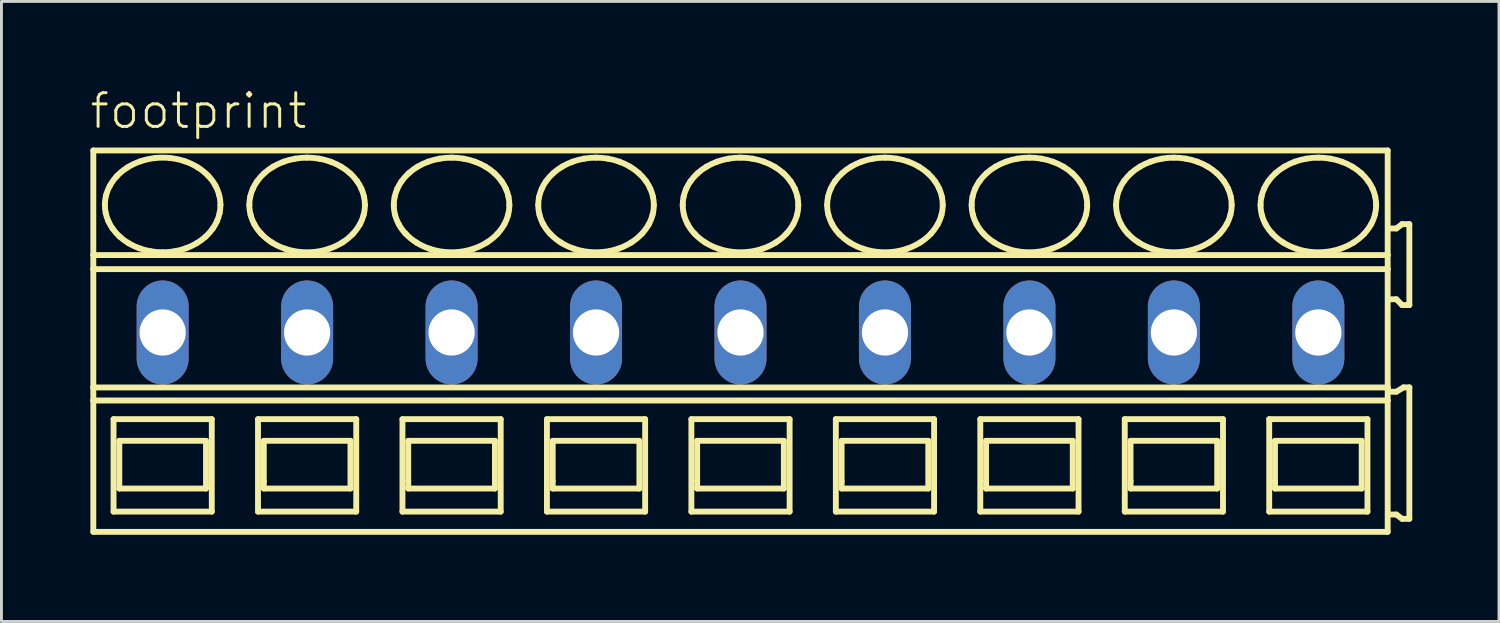
<source format=kicad_pcb>
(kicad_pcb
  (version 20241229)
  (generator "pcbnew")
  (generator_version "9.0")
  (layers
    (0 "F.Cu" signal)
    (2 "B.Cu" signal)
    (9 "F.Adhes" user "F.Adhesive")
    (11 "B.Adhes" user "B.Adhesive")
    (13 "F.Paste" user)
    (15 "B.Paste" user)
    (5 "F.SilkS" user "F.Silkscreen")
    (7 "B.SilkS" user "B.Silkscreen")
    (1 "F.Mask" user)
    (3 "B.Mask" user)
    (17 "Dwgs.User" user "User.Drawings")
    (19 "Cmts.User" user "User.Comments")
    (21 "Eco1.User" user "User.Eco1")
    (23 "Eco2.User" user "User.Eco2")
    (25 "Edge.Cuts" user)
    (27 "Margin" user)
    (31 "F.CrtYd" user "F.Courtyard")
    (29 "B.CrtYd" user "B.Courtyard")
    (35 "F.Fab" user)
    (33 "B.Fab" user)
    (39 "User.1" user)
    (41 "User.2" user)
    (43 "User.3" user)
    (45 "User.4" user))
  (footprint "footprint"
    (layer "F.Cu")
    (at 5.08 8.458)
    (property "Reference" "footprint" (at -5.08 -6.985 0) (layer "F.SilkS") (effects (font (size 1.168 1.168) (thickness 0.102)) (justify left bottom)))
    (fp_line (start -4.9 -6.3) (end -4.9 -2.679) (stroke (width 0.203) (type solid)) (layer "F.SilkS"))
    (fp_line (start -4.9 -2.679) (end -4.9 -2.192) (stroke (width 0.203) (type solid)) (layer "F.SilkS"))
    (fp_line (start -4.9 -2.192) (end -4.9 1.902) (stroke (width 0.203) (type solid)) (layer "F.SilkS"))
    (fp_line (start -4.9 1.902) (end -4.9 2.354) (stroke (width 0.203) (type solid)) (layer "F.SilkS"))
    (fp_line (start -4.9 2.354) (end -4.9 6.9) (stroke (width 0.203) (type solid)) (layer "F.SilkS"))
    (fp_line (start -4.9 6.9) (end 39.9 6.9) (stroke (width 0.203) (type solid)) (layer "F.SilkS"))
    (fp_line (start -4.2 3) (end -4.2 6.2) (stroke (width 0.203) (type solid)) (layer "F.SilkS"))
    (fp_line (start -4.2 6.2) (end -0.8 6.2) (stroke (width 0.203) (type solid)) (layer "F.SilkS"))
    (fp_line (start -4 3.75) (end -4 5.4) (stroke (width 0.203) (type solid)) (layer "F.SilkS"))
    (fp_line (start -4 5.4) (end -1 5.4) (stroke (width 0.203) (type solid)) (layer "F.SilkS"))
    (fp_line (start -1 3.75) (end -4 3.75) (stroke (width 0.203) (type solid)) (layer "F.SilkS"))
    (fp_line (start -1 5.4) (end -1 3.75) (stroke (width 0.203) (type solid)) (layer "F.SilkS"))
    (fp_line (start -0.8 3) (end -4.2 3) (stroke (width 0.203) (type solid)) (layer "F.SilkS"))
    (fp_line (start -0.8 6.2) (end -0.8 3) (stroke (width 0.203) (type solid)) (layer "F.SilkS"))
    (fp_line (start 0.8 3) (end 0.8 6.2) (stroke (width 0.203) (type solid)) (layer "F.SilkS"))
    (fp_line (start 0.8 6.2) (end 4.2 6.2) (stroke (width 0.203) (type solid)) (layer "F.SilkS"))
    (fp_line (start 1 3.75) (end 1 5.15) (stroke (width 0.203) (type solid)) (layer "F.SilkS"))
    (fp_line (start 1 5.15) (end 1 5.4) (stroke (width 0.203) (type solid)) (layer "F.SilkS"))
    (fp_line (start 1 5.4) (end 4 5.4) (stroke (width 0.203) (type solid)) (layer "F.SilkS"))
    (fp_line (start 4 3.75) (end 1 3.75) (stroke (width 0.203) (type solid)) (layer "F.SilkS"))
    (fp_line (start 4 5.4) (end 4 3.75) (stroke (width 0.203) (type solid)) (layer "F.SilkS"))
    (fp_line (start 4.2 3) (end 0.8 3) (stroke (width 0.203) (type solid)) (layer "F.SilkS"))
    (fp_line (start 4.2 6.2) (end 4.2 3) (stroke (width 0.203) (type solid)) (layer "F.SilkS"))
    (fp_line (start 5.8 3) (end 5.8 6.2) (stroke (width 0.203) (type solid)) (layer "F.SilkS"))
    (fp_line (start 5.8 6.2) (end 9.2 6.2) (stroke (width 0.203) (type solid)) (layer "F.SilkS"))
    (fp_line (start 6 3.75) (end 6 5.15) (stroke (width 0.203) (type solid)) (layer "F.SilkS"))
    (fp_line (start 6 5.15) (end 6 5.4) (stroke (width 0.203) (type solid)) (layer "F.SilkS"))
    (fp_line (start 6 5.4) (end 9 5.4) (stroke (width 0.203) (type solid)) (layer "F.SilkS"))
    (fp_line (start 9 3.75) (end 6 3.75) (stroke (width 0.203) (type solid)) (layer "F.SilkS"))
    (fp_line (start 9 5.4) (end 9 3.75) (stroke (width 0.203) (type solid)) (layer "F.SilkS"))
    (fp_line (start 9.2 3) (end 5.8 3) (stroke (width 0.203) (type solid)) (layer "F.SilkS"))
    (fp_line (start 9.2 6.2) (end 9.2 3) (stroke (width 0.203) (type solid)) (layer "F.SilkS"))
    (fp_line (start 10.8 3) (end 10.8 6.2) (stroke (width 0.203) (type solid)) (layer "F.SilkS"))
    (fp_line (start 10.8 6.2) (end 14.2 6.2) (stroke (width 0.203) (type solid)) (layer "F.SilkS"))
    (fp_line (start 11 3.75) (end 11 5.15) (stroke (width 0.203) (type solid)) (layer "F.SilkS"))
    (fp_line (start 11 5.15) (end 11 5.4) (stroke (width 0.203) (type solid)) (layer "F.SilkS"))
    (fp_line (start 11 5.4) (end 14 5.4) (stroke (width 0.203) (type solid)) (layer "F.SilkS"))
    (fp_line (start 14 3.75) (end 11 3.75) (stroke (width 0.203) (type solid)) (layer "F.SilkS"))
    (fp_line (start 14 5.4) (end 14 3.75) (stroke (width 0.203) (type solid)) (layer "F.SilkS"))
    (fp_line (start 14.2 3) (end 10.8 3) (stroke (width 0.203) (type solid)) (layer "F.SilkS"))
    (fp_line (start 14.2 6.2) (end 14.2 3) (stroke (width 0.203) (type solid)) (layer "F.SilkS"))
    (fp_line (start 15.8 3) (end 15.8 6.2) (stroke (width 0.203) (type solid)) (layer "F.SilkS"))
    (fp_line (start 15.8 6.2) (end 19.2 6.2) (stroke (width 0.203) (type solid)) (layer "F.SilkS"))
    (fp_line (start 16 3.75) (end 16 5.15) (stroke (width 0.203) (type solid)) (layer "F.SilkS"))
    (fp_line (start 16 5.15) (end 16 5.4) (stroke (width 0.203) (type solid)) (layer "F.SilkS"))
    (fp_line (start 16 5.4) (end 19 5.4) (stroke (width 0.203) (type solid)) (layer "F.SilkS"))
    (fp_line (start 19 3.75) (end 16 3.75) (stroke (width 0.203) (type solid)) (layer "F.SilkS"))
    (fp_line (start 19 5.4) (end 19 3.75) (stroke (width 0.203) (type solid)) (layer "F.SilkS"))
    (fp_line (start 19.2 3) (end 15.8 3) (stroke (width 0.203) (type solid)) (layer "F.SilkS"))
    (fp_line (start 19.2 6.2) (end 19.2 3) (stroke (width 0.203) (type solid)) (layer "F.SilkS"))
    (fp_line (start 20.8 3) (end 20.8 6.2) (stroke (width 0.203) (type solid)) (layer "F.SilkS"))
    (fp_line (start 20.8 6.2) (end 24.2 6.2) (stroke (width 0.203) (type solid)) (layer "F.SilkS"))
    (fp_line (start 21 3.75) (end 21 5.15) (stroke (width 0.203) (type solid)) (layer "F.SilkS"))
    (fp_line (start 21 5.15) (end 21 5.4) (stroke (width 0.203) (type solid)) (layer "F.SilkS"))
    (fp_line (start 21 5.4) (end 24 5.4) (stroke (width 0.203) (type solid)) (layer "F.SilkS"))
    (fp_line (start 24 3.75) (end 21 3.75) (stroke (width 0.203) (type solid)) (layer "F.SilkS"))
    (fp_line (start 24 5.4) (end 24 3.75) (stroke (width 0.203) (type solid)) (layer "F.SilkS"))
    (fp_line (start 24.2 3) (end 20.8 3) (stroke (width 0.203) (type solid)) (layer "F.SilkS"))
    (fp_line (start 24.2 6.2) (end 24.2 3) (stroke (width 0.203) (type solid)) (layer "F.SilkS"))
    (fp_line (start 25.8 3) (end 25.8 6.2) (stroke (width 0.203) (type solid)) (layer "F.SilkS"))
    (fp_line (start 25.8 6.2) (end 29.2 6.2) (stroke (width 0.203) (type solid)) (layer "F.SilkS"))
    (fp_line (start 26 3.75) (end 26 5.15) (stroke (width 0.203) (type solid)) (layer "F.SilkS"))
    (fp_line (start 26 5.15) (end 26 5.4) (stroke (width 0.203) (type solid)) (layer "F.SilkS"))
    (fp_line (start 26 5.4) (end 29 5.4) (stroke (width 0.203) (type solid)) (layer "F.SilkS"))
    (fp_line (start 29 3.75) (end 26 3.75) (stroke (width 0.203) (type solid)) (layer "F.SilkS"))
    (fp_line (start 29 5.4) (end 29 3.75) (stroke (width 0.203) (type solid)) (layer "F.SilkS"))
    (fp_line (start 29.2 3) (end 25.8 3) (stroke (width 0.203) (type solid)) (layer "F.SilkS"))
    (fp_line (start 29.2 6.2) (end 29.2 3) (stroke (width 0.203) (type solid)) (layer "F.SilkS"))
    (fp_line (start 30.8 3) (end 30.8 6.2) (stroke (width 0.203) (type solid)) (layer "F.SilkS"))
    (fp_line (start 30.8 6.2) (end 34.2 6.2) (stroke (width 0.203) (type solid)) (layer "F.SilkS"))
    (fp_line (start 31 3.75) (end 31 5.15) (stroke (width 0.203) (type solid)) (layer "F.SilkS"))
    (fp_line (start 31 5.15) (end 31 5.4) (stroke (width 0.203) (type solid)) (layer "F.SilkS"))
    (fp_line (start 31 5.4) (end 34 5.4) (stroke (width 0.203) (type solid)) (layer "F.SilkS"))
    (fp_line (start 34 3.75) (end 31 3.75) (stroke (width 0.203) (type solid)) (layer "F.SilkS"))
    (fp_line (start 34 5.4) (end 34 3.75) (stroke (width 0.203) (type solid)) (layer "F.SilkS"))
    (fp_line (start 34.2 3) (end 30.8 3) (stroke (width 0.203) (type solid)) (layer "F.SilkS"))
    (fp_line (start 34.2 6.2) (end 34.2 3) (stroke (width 0.203) (type solid)) (layer "F.SilkS"))
    (fp_line (start 35.8 3) (end 35.8 6.2) (stroke (width 0.203) (type solid)) (layer "F.SilkS"))
    (fp_line (start 35.8 6.2) (end 39.2 6.2) (stroke (width 0.203) (type solid)) (layer "F.SilkS"))
    (fp_line (start 36 3.75) (end 36 5.15) (stroke (width 0.203) (type solid)) (layer "F.SilkS"))
    (fp_line (start 36 5.15) (end 36 5.4) (stroke (width 0.203) (type solid)) (layer "F.SilkS"))
    (fp_line (start 36 5.4) (end 39 5.4) (stroke (width 0.203) (type solid)) (layer "F.SilkS"))
    (fp_line (start 39 3.75) (end 36 3.75) (stroke (width 0.203) (type solid)) (layer "F.SilkS"))
    (fp_line (start 39 5.4) (end 39 3.75) (stroke (width 0.203) (type solid)) (layer "F.SilkS"))
    (fp_line (start 39.2 3) (end 35.8 3) (stroke (width 0.203) (type solid)) (layer "F.SilkS"))
    (fp_line (start 39.2 6.2) (end 39.2 3) (stroke (width 0.203) (type solid)) (layer "F.SilkS"))
    (fp_line (start 39.9 -6.3) (end -4.9 -6.3) (stroke (width 0.203) (type solid)) (layer "F.SilkS"))
    (fp_line (start 39.9 -2.679) (end -4.9 -2.679) (stroke (width 0.203) (type solid)) (layer "F.SilkS"))
    (fp_line (start 39.9 -2.679) (end 39.9 -6.3) (stroke (width 0.203) (type solid)) (layer "F.SilkS"))
    (fp_line (start 39.9 -2.192) (end -4.9 -2.192) (stroke (width 0.203) (type solid)) (layer "F.SilkS"))
    (fp_line (start 39.9 -2.192) (end 39.9 -2.679) (stroke (width 0.203) (type solid)) (layer "F.SilkS"))
    (fp_line (start 39.9 1.902) (end -4.9 1.902) (stroke (width 0.203) (type solid)) (layer "F.SilkS"))
    (fp_line (start 39.9 1.902) (end 39.9 -2.192) (stroke (width 0.203) (type solid)) (layer "F.SilkS"))
    (fp_line (start 39.9 2.354) (end -4.9 2.354) (stroke (width 0.203) (type solid)) (layer "F.SilkS"))
    (fp_line (start 39.9 2.354) (end 39.9 1.902) (stroke (width 0.203) (type solid)) (layer "F.SilkS"))
    (fp_line (start 39.9 6.9) (end 39.9 2.354) (stroke (width 0.203) (type solid)) (layer "F.SilkS"))
    (fp_line (start 40 -1.15) (end 40.2 -1.15) (stroke (width 0.203) (type solid)) (layer "F.SilkS"))
    (fp_line (start 40 6.3) (end 40.2 6.3) (stroke (width 0.203) (type solid)) (layer "F.SilkS"))
    (fp_line (start 40.2 -3.6) (end 40 -3.6) (stroke (width 0.203) (type solid)) (layer "F.SilkS"))
    (fp_line (start 40.2 -1.15) (end 40.4 -0.95) (stroke (width 0.203) (type solid)) (layer "F.SilkS"))
    (fp_line (start 40.2 2.05) (end 40 2.05) (stroke (width 0.203) (type solid)) (layer "F.SilkS"))
    (fp_line (start 40.2 6.3) (end 40.4 6.45) (stroke (width 0.203) (type solid)) (layer "F.SilkS"))
    (fp_line (start 40.4 -3.75) (end 40.2 -3.6) (stroke (width 0.203) (type solid)) (layer "F.SilkS"))
    (fp_line (start 40.4 -0.95) (end 40.65 -0.95) (stroke (width 0.203) (type solid)) (layer "F.SilkS"))
    (fp_line (start 40.4 6.45) (end 40.65 6.45) (stroke (width 0.203) (type solid)) (layer "F.SilkS"))
    (fp_line (start 40.45 1.9) (end 40.2 2.05) (stroke (width 0.203) (type solid)) (layer "F.SilkS"))
    (fp_line (start 40.65 -3.75) (end 40.4 -3.75) (stroke (width 0.203) (type solid)) (layer "F.SilkS"))
    (fp_line (start 40.65 -0.95) (end 40.65 -3.75) (stroke (width 0.203) (type solid)) (layer "F.SilkS"))
    (fp_line (start 40.65 1.9) (end 40.45 1.9) (stroke (width 0.203) (type solid)) (layer "F.SilkS"))
    (fp_line (start 40.65 6.45) (end 40.65 1.9) (stroke (width 0.203) (type solid)) (layer "F.SilkS"))
    (fp_arc (start -4.5 -4.4136) (mid -4.488905 -4.585389) (end -4.4562 -4.7544) (stroke (width 0.2032) (type solid)) (layer "F.SilkS"))
    (fp_arc (start -4.4695 -4.1287) (mid -4.492308 -4.270341) (end -4.5 -4.4136) (stroke (width 0.2032) (type solid)) (layer "F.SilkS"))
    (fp_arc (start -4.4562 -4.7544) (mid -4.401558 -4.920839) (end -4.3273 -5.0795) (stroke (width 0.2032) (type solid)) (layer "F.SilkS"))
    (fp_arc (start -4.3795 -3.8536) (mid -4.431599 -3.988827) (end -4.4695 -4.1287) (stroke (width 0.2032) (type solid)) (layer "F.SilkS"))
    (fp_arc (start -4.3274 -5.0795) (mid -4.216217 -5.252167) (end -4.0864 -5.4113) (stroke (width 0.2032) (type solid)) (layer "F.SilkS"))
    (fp_arc (start -4.232 -3.5945) (mid -4.312155 -3.720404) (end -4.3795 -3.8536) (stroke (width 0.2032) (type solid)) (layer "F.SilkS"))
    (fp_arc (start -4.0864 -5.4113) (mid -3.911717 -5.573771) (end -3.718 -5.713) (stroke (width 0.2032) (type solid)) (layer "F.SilkS"))
    (fp_arc (start -3.9861 -3.3171) (mid -4.116737 -3.448975) (end -4.2321 -3.5944) (stroke (width 0.2032) (type solid)) (layer "F.SilkS"))
    (fp_arc (start -3.718 -5.713) (mid -3.497651 -5.83326) (end -3.2649 -5.9273) (stroke (width 0.2032) (type solid)) (layer "F.SilkS"))
    (fp_arc (start -3.676 -3.0884) (mid -3.836846 -3.194891) (end -3.9861 -3.3171) (stroke (width 0.2032) (type solid)) (layer "F.SilkS"))
    (fp_arc (start -3.313 -2.9167) (mid -3.498551 -2.993985) (end -3.676 -3.0884) (stroke (width 0.2032) (type solid)) (layer "F.SilkS"))
    (fp_arc (start -3.2649 -5.9273) (mid -3.016253 -5.996227) (end -2.7616 -6.0378) (stroke (width 0.2032) (type solid)) (layer "F.SilkS"))
    (fp_arc (start -2.9161 -2.8111) (mid -3.116893 -2.855096) (end -3.313 -2.9167) (stroke (width 0.2032) (type solid)) (layer "F.SilkS"))
    (fp_arc (start -2.7616 -6.0378) (mid -2.5 -6.051841) (end -2.2384 -6.0378) (stroke (width 0.2032) (type solid)) (layer "F.SilkS"))
    (fp_arc (start -2.5 -2.7752) (mid -2.708826 -2.784159) (end -2.9161 -2.8111) (stroke (width 0.2032) (type solid)) (layer "F.SilkS"))
    (fp_arc (start -2.2384 -6.0378) (mid -1.983714 -5.996379) (end -1.7351 -5.9273) (stroke (width 0.2032) (type solid)) (layer "F.SilkS"))
    (fp_arc (start -2.0839 -2.8111) (mid -2.291182 -2.784277) (end -2.5 -2.7753) (stroke (width 0.2032) (type solid)) (layer "F.SilkS"))
    (fp_arc (start -1.7351 -5.9273) (mid -1.502222 -5.83353) (end -1.282 -5.713) (stroke (width 0.2032) (type solid)) (layer "F.SilkS"))
    (fp_arc (start -1.687 -2.9167) (mid -1.883129 -2.855175) (end -2.0839 -2.8111) (stroke (width 0.2032) (type solid)) (layer "F.SilkS"))
    (fp_arc (start -1.324 -3.0884) (mid -1.501514 -2.994123) (end -1.687 -2.9167) (stroke (width 0.2032) (type solid)) (layer "F.SilkS"))
    (fp_arc (start -1.282 -5.713) (mid -1.088036 -5.574073) (end -0.9136 -5.4113) (stroke (width 0.2032) (type solid)) (layer "F.SilkS"))
    (fp_arc (start -1.0139 -3.3171) (mid -1.163276 -3.195057) (end -1.324 -3.0884) (stroke (width 0.2032) (type solid)) (layer "F.SilkS"))
    (fp_arc (start -0.9137 -5.4112) (mid -0.781313 -5.253987) (end -0.6727 -5.0795) (stroke (width 0.2032) (type solid)) (layer "F.SilkS"))
    (fp_arc (start -0.7679 -3.5944) (mid -0.88339 -3.449088) (end -1.0139 -3.3171) (stroke (width 0.2032) (type solid)) (layer "F.SilkS"))
    (fp_arc (start -0.6727 -5.0795) (mid -0.598286 -4.920901) (end -0.5438 -4.7544) (stroke (width 0.2032) (type solid)) (layer "F.SilkS"))
    (fp_arc (start -0.6204 -3.8536) (mid -0.687861 -3.720421) (end -0.7679 -3.5944) (stroke (width 0.2032) (type solid)) (layer "F.SilkS"))
    (fp_arc (start -0.5438 -4.7544) (mid -0.511083 -4.58539) (end -0.5 -4.4136) (stroke (width 0.2032) (type solid)) (layer "F.SilkS"))
    (fp_arc (start -0.5305 -4.1287) (mid -0.568473 -3.988851) (end -0.6205 -3.8536) (stroke (width 0.2032) (type solid)) (layer "F.SilkS"))
    (fp_arc (start -0.5001 -4.4136) (mid -0.507739 -4.270343) (end -0.5305 -4.1287) (stroke (width 0.2032) (type solid)) (layer "F.SilkS"))
    (fp_arc (start 0.5 -4.4136) (mid 0.507693 -4.556809) (end 0.5305 -4.6984) (stroke (width 0.2032) (type solid)) (layer "F.SilkS"))
    (fp_arc (start 0.5305 -4.6984) (mid 0.568467 -4.8383) (end 0.6205 -4.9736) (stroke (width 0.2032) (type solid)) (layer "F.SilkS"))
    (fp_arc (start 0.5438 -4.0727) (mid 0.511073 -4.241759) (end 0.5 -4.4136) (stroke (width 0.2032) (type solid)) (layer "F.SilkS"))
    (fp_arc (start 0.6204 -4.9736) (mid 0.687866 -5.106728) (end 0.7679 -5.2327) (stroke (width 0.2032) (type solid)) (layer "F.SilkS"))
    (fp_arc (start 0.6727 -3.7476) (mid 0.598289 -3.9062) (end 0.5438 -4.0727) (stroke (width 0.2032) (type solid)) (layer "F.SilkS"))
    (fp_arc (start 0.7679 -5.2327) (mid 0.883386 -5.378016) (end 1.0139 -5.51) (stroke (width 0.2032) (type solid)) (layer "F.SilkS"))
    (fp_arc (start 0.9136 -3.4159) (mid 0.781267 -3.57312) (end 0.6727 -3.7476) (stroke (width 0.2032) (type solid)) (layer "F.SilkS"))
    (fp_arc (start 1.0139 -5.51) (mid 1.163277 -5.632042) (end 1.324 -5.7387) (stroke (width 0.2032) (type solid)) (layer "F.SilkS"))
    (fp_arc (start 1.282 -3.1141) (mid 1.088032 -3.253077) (end 0.9136 -3.4159) (stroke (width 0.2032) (type solid)) (layer "F.SilkS"))
    (fp_arc (start 1.324 -5.7387) (mid 1.501514 -5.832977) (end 1.687 -5.9104) (stroke (width 0.2032) (type solid)) (layer "F.SilkS"))
    (fp_arc (start 1.687 -5.9104) (mid 1.883129 -5.971925) (end 2.0839 -6.016) (stroke (width 0.2032) (type solid)) (layer "F.SilkS"))
    (fp_arc (start 1.7351 -2.8998) (mid 1.502222 -2.993571) (end 1.282 -3.1141) (stroke (width 0.2032) (type solid)) (layer "F.SilkS"))
    (fp_arc (start 2.0839 -6.0161) (mid 2.291183 -6.042919) (end 2.5 -6.0519) (stroke (width 0.2032) (type solid)) (layer "F.SilkS"))
    (fp_arc (start 2.2384 -2.7893) (mid 1.983714 -2.830721) (end 1.7351 -2.8998) (stroke (width 0.2032) (type solid)) (layer "F.SilkS"))
    (fp_arc (start 2.5 -6.0519) (mid 2.708826 -6.042941) (end 2.9161 -6.016) (stroke (width 0.2032) (type solid)) (layer "F.SilkS"))
    (fp_arc (start 2.7616 -2.7893) (mid 2.5 -2.775259) (end 2.2384 -2.7893) (stroke (width 0.2032) (type solid)) (layer "F.SilkS"))
    (fp_arc (start 2.9161 -6.016) (mid 3.116893 -5.972004) (end 3.313 -5.9104) (stroke (width 0.2032) (type solid)) (layer "F.SilkS"))
    (fp_arc (start 3.2649 -2.8998) (mid 3.016253 -2.830873) (end 2.7616 -2.7893) (stroke (width 0.2032) (type solid)) (layer "F.SilkS"))
    (fp_arc (start 3.313 -5.9104) (mid 3.498552 -5.833116) (end 3.676 -5.7387) (stroke (width 0.2032) (type solid)) (layer "F.SilkS"))
    (fp_arc (start 3.676 -5.7387) (mid 3.836846 -5.632209) (end 3.9861 -5.51) (stroke (width 0.2032) (type solid)) (layer "F.SilkS"))
    (fp_arc (start 3.718 -3.1141) (mid 3.497651 -2.993839) (end 3.2649 -2.8998) (stroke (width 0.2032) (type solid)) (layer "F.SilkS"))
    (fp_arc (start 3.9861 -5.51) (mid 4.116738 -5.378126) (end 4.2321 -5.2327) (stroke (width 0.2032) (type solid)) (layer "F.SilkS"))
    (fp_arc (start 4.0864 -3.4159) (mid 3.911721 -3.253378) (end 3.718 -3.1141) (stroke (width 0.2032) (type solid)) (layer "F.SilkS"))
    (fp_arc (start 4.2321 -5.2327) (mid 4.312204 -5.106793) (end 4.3795 -4.9736) (stroke (width 0.2032) (type solid)) (layer "F.SilkS"))
    (fp_arc (start 4.3273 -3.7476) (mid 4.216161 -3.574988) (end 4.0864 -3.4159) (stroke (width 0.2032) (type solid)) (layer "F.SilkS"))
    (fp_arc (start 4.3795 -4.9736) (mid 4.431605 -4.838324) (end 4.4695 -4.6984) (stroke (width 0.2032) (type solid)) (layer "F.SilkS"))
    (fp_arc (start 4.4562 -4.0727) (mid 4.401557 -3.906262) (end 4.3273 -3.7476) (stroke (width 0.2032) (type solid)) (layer "F.SilkS"))
    (fp_arc (start 4.4695 -4.6984) (mid 4.4923 -4.556809) (end 4.5 -4.4136) (stroke (width 0.2032) (type solid)) (layer "F.SilkS"))
    (fp_arc (start 4.5 -4.4136) (mid 4.488914 -4.241761) (end 4.4562 -4.0727) (stroke (width 0.2032) (type solid)) (layer "F.SilkS"))
    (fp_arc (start 5.5 -4.4136) (mid 5.507693 -4.556809) (end 5.5305 -4.6984) (stroke (width 0.2032) (type solid)) (layer "F.SilkS"))
    (fp_arc (start 5.5305 -4.6984) (mid 5.568467 -4.8383) (end 5.6205 -4.9736) (stroke (width 0.2032) (type solid)) (layer "F.SilkS"))
    (fp_arc (start 5.5438 -4.0727) (mid 5.511073 -4.241759) (end 5.5 -4.4136) (stroke (width 0.2032) (type solid)) (layer "F.SilkS"))
    (fp_arc (start 5.6204 -4.9736) (mid 5.687866 -5.106728) (end 5.7679 -5.2327) (stroke (width 0.2032) (type solid)) (layer "F.SilkS"))
    (fp_arc (start 5.6727 -3.7476) (mid 5.598289 -3.9062) (end 5.5438 -4.0727) (stroke (width 0.2032) (type solid)) (layer "F.SilkS"))
    (fp_arc (start 5.7679 -5.2327) (mid 5.883386 -5.378016) (end 6.0139 -5.51) (stroke (width 0.2032) (type solid)) (layer "F.SilkS"))
    (fp_arc (start 5.9136 -3.4159) (mid 5.781267 -3.57312) (end 5.6727 -3.7476) (stroke (width 0.2032) (type solid)) (layer "F.SilkS"))
    (fp_arc (start 6.0139 -5.51) (mid 6.163277 -5.632042) (end 6.324 -5.7387) (stroke (width 0.2032) (type solid)) (layer "F.SilkS"))
    (fp_arc (start 6.282 -3.1141) (mid 6.088032 -3.253077) (end 5.9136 -3.4159) (stroke (width 0.2032) (type solid)) (layer "F.SilkS"))
    (fp_arc (start 6.324 -5.7387) (mid 6.501514 -5.832977) (end 6.687 -5.9104) (stroke (width 0.2032) (type solid)) (layer "F.SilkS"))
    (fp_arc (start 6.687 -5.9104) (mid 6.883129 -5.971925) (end 7.0839 -6.016) (stroke (width 0.2032) (type solid)) (layer "F.SilkS"))
    (fp_arc (start 6.7351 -2.8998) (mid 6.502222 -2.993571) (end 6.282 -3.1141) (stroke (width 0.2032) (type solid)) (layer "F.SilkS"))
    (fp_arc (start 7.0839 -6.0161) (mid 7.291183 -6.042919) (end 7.5 -6.0519) (stroke (width 0.2032) (type solid)) (layer "F.SilkS"))
    (fp_arc (start 7.2384 -2.7893) (mid 6.983714 -2.830721) (end 6.7351 -2.8998) (stroke (width 0.2032) (type solid)) (layer "F.SilkS"))
    (fp_arc (start 7.5 -6.0519) (mid 7.708826 -6.042941) (end 7.9161 -6.016) (stroke (width 0.2032) (type solid)) (layer "F.SilkS"))
    (fp_arc (start 7.7616 -2.7893) (mid 7.5 -2.775259) (end 7.2384 -2.7893) (stroke (width 0.2032) (type solid)) (layer "F.SilkS"))
    (fp_arc (start 7.9161 -6.016) (mid 8.116893 -5.972004) (end 8.313 -5.9104) (stroke (width 0.2032) (type solid)) (layer "F.SilkS"))
    (fp_arc (start 8.2649 -2.8998) (mid 8.016253 -2.830873) (end 7.7616 -2.7893) (stroke (width 0.2032) (type solid)) (layer "F.SilkS"))
    (fp_arc (start 8.313 -5.9104) (mid 8.498552 -5.833116) (end 8.676 -5.7387) (stroke (width 0.2032) (type solid)) (layer "F.SilkS"))
    (fp_arc (start 8.676 -5.7387) (mid 8.836846 -5.632209) (end 8.9861 -5.51) (stroke (width 0.2032) (type solid)) (layer "F.SilkS"))
    (fp_arc (start 8.718 -3.1141) (mid 8.497651 -2.993839) (end 8.2649 -2.8998) (stroke (width 0.2032) (type solid)) (layer "F.SilkS"))
    (fp_arc (start 8.9861 -5.51) (mid 9.116738 -5.378126) (end 9.2321 -5.2327) (stroke (width 0.2032) (type solid)) (layer "F.SilkS"))
    (fp_arc (start 9.0864 -3.4159) (mid 8.911721 -3.253378) (end 8.718 -3.1141) (stroke (width 0.2032) (type solid)) (layer "F.SilkS"))
    (fp_arc (start 9.2321 -5.2327) (mid 9.312204 -5.106793) (end 9.3795 -4.9736) (stroke (width 0.2032) (type solid)) (layer "F.SilkS"))
    (fp_arc (start 9.3273 -3.7476) (mid 9.216161 -3.574988) (end 9.0864 -3.4159) (stroke (width 0.2032) (type solid)) (layer "F.SilkS"))
    (fp_arc (start 9.3795 -4.9736) (mid 9.431605 -4.838324) (end 9.4695 -4.6984) (stroke (width 0.2032) (type solid)) (layer "F.SilkS"))
    (fp_arc (start 9.4562 -4.0727) (mid 9.401557 -3.906262) (end 9.3273 -3.7476) (stroke (width 0.2032) (type solid)) (layer "F.SilkS"))
    (fp_arc (start 9.4695 -4.6984) (mid 9.4923 -4.556809) (end 9.5 -4.4136) (stroke (width 0.2032) (type solid)) (layer "F.SilkS"))
    (fp_arc (start 9.5 -4.4136) (mid 9.488914 -4.241761) (end 9.4562 -4.0727) (stroke (width 0.2032) (type solid)) (layer "F.SilkS"))
    (fp_arc (start 10.5 -4.4136) (mid 10.507693 -4.556809) (end 10.5305 -4.6984) (stroke (width 0.2032) (type solid)) (layer "F.SilkS"))
    (fp_arc (start 10.5305 -4.6984) (mid 10.568467 -4.8383) (end 10.6205 -4.9736) (stroke (width 0.2032) (type solid)) (layer "F.SilkS"))
    (fp_arc (start 10.5438 -4.0727) (mid 10.511073 -4.241759) (end 10.5 -4.4136) (stroke (width 0.2032) (type solid)) (layer "F.SilkS"))
    (fp_arc (start 10.6204 -4.9736) (mid 10.687866 -5.106728) (end 10.7679 -5.2327) (stroke (width 0.2032) (type solid)) (layer "F.SilkS"))
    (fp_arc (start 10.6727 -3.7476) (mid 10.598289 -3.9062) (end 10.5438 -4.0727) (stroke (width 0.2032) (type solid)) (layer "F.SilkS"))
    (fp_arc (start 10.7679 -5.2327) (mid 10.883386 -5.378016) (end 11.0139 -5.51) (stroke (width 0.2032) (type solid)) (layer "F.SilkS"))
    (fp_arc (start 10.9136 -3.4159) (mid 10.781267 -3.57312) (end 10.6727 -3.7476) (stroke (width 0.2032) (type solid)) (layer "F.SilkS"))
    (fp_arc (start 11.0139 -5.51) (mid 11.163277 -5.632042) (end 11.324 -5.7387) (stroke (width 0.2032) (type solid)) (layer "F.SilkS"))
    (fp_arc (start 11.282 -3.1141) (mid 11.088032 -3.253077) (end 10.9136 -3.4159) (stroke (width 0.2032) (type solid)) (layer "F.SilkS"))
    (fp_arc (start 11.324 -5.7387) (mid 11.501514 -5.832977) (end 11.687 -5.9104) (stroke (width 0.2032) (type solid)) (layer "F.SilkS"))
    (fp_arc (start 11.687 -5.9104) (mid 11.883129 -5.971925) (end 12.0839 -6.016) (stroke (width 0.2032) (type solid)) (layer "F.SilkS"))
    (fp_arc (start 11.7351 -2.8998) (mid 11.502222 -2.993571) (end 11.282 -3.1141) (stroke (width 0.2032) (type solid)) (layer "F.SilkS"))
    (fp_arc (start 12.0839 -6.0161) (mid 12.291183 -6.042919) (end 12.5 -6.0519) (stroke (width 0.2032) (type solid)) (layer "F.SilkS"))
    (fp_arc (start 12.2384 -2.7893) (mid 11.983714 -2.830721) (end 11.7351 -2.8998) (stroke (width 0.2032) (type solid)) (layer "F.SilkS"))
    (fp_arc (start 12.5 -6.0519) (mid 12.708826 -6.042941) (end 12.9161 -6.016) (stroke (width 0.2032) (type solid)) (layer "F.SilkS"))
    (fp_arc (start 12.7616 -2.7893) (mid 12.5 -2.775259) (end 12.2384 -2.7893) (stroke (width 0.2032) (type solid)) (layer "F.SilkS"))
    (fp_arc (start 12.9161 -6.016) (mid 13.116893 -5.972004) (end 13.313 -5.9104) (stroke (width 0.2032) (type solid)) (layer "F.SilkS"))
    (fp_arc (start 13.2649 -2.8998) (mid 13.016253 -2.830873) (end 12.7616 -2.7893) (stroke (width 0.2032) (type solid)) (layer "F.SilkS"))
    (fp_arc (start 13.313 -5.9104) (mid 13.498552 -5.833116) (end 13.676 -5.7387) (stroke (width 0.2032) (type solid)) (layer "F.SilkS"))
    (fp_arc (start 13.676 -5.7387) (mid 13.836846 -5.632209) (end 13.9861 -5.51) (stroke (width 0.2032) (type solid)) (layer "F.SilkS"))
    (fp_arc (start 13.718 -3.1141) (mid 13.497651 -2.993839) (end 13.2649 -2.8998) (stroke (width 0.2032) (type solid)) (layer "F.SilkS"))
    (fp_arc (start 13.9861 -5.51) (mid 14.116738 -5.378126) (end 14.2321 -5.2327) (stroke (width 0.2032) (type solid)) (layer "F.SilkS"))
    (fp_arc (start 14.0864 -3.4159) (mid 13.911721 -3.253378) (end 13.718 -3.1141) (stroke (width 0.2032) (type solid)) (layer "F.SilkS"))
    (fp_arc (start 14.2321 -5.2327) (mid 14.312204 -5.106793) (end 14.3795 -4.9736) (stroke (width 0.2032) (type solid)) (layer "F.SilkS"))
    (fp_arc (start 14.3273 -3.7476) (mid 14.216161 -3.574988) (end 14.0864 -3.4159) (stroke (width 0.2032) (type solid)) (layer "F.SilkS"))
    (fp_arc (start 14.3795 -4.9736) (mid 14.431605 -4.838324) (end 14.4695 -4.6984) (stroke (width 0.2032) (type solid)) (layer "F.SilkS"))
    (fp_arc (start 14.4562 -4.0727) (mid 14.401557 -3.906262) (end 14.3273 -3.7476) (stroke (width 0.2032) (type solid)) (layer "F.SilkS"))
    (fp_arc (start 14.4695 -4.6984) (mid 14.4923 -4.556809) (end 14.5 -4.4136) (stroke (width 0.2032) (type solid)) (layer "F.SilkS"))
    (fp_arc (start 14.5 -4.4136) (mid 14.488914 -4.241761) (end 14.4562 -4.0727) (stroke (width 0.2032) (type solid)) (layer "F.SilkS"))
    (fp_arc (start 15.5 -4.4136) (mid 15.507693 -4.556809) (end 15.5305 -4.6984) (stroke (width 0.2032) (type solid)) (layer "F.SilkS"))
    (fp_arc (start 15.5305 -4.6984) (mid 15.568467 -4.8383) (end 15.6205 -4.9736) (stroke (width 0.2032) (type solid)) (layer "F.SilkS"))
    (fp_arc (start 15.5438 -4.0727) (mid 15.511073 -4.241759) (end 15.5 -4.4136) (stroke (width 0.2032) (type solid)) (layer "F.SilkS"))
    (fp_arc (start 15.6204 -4.9736) (mid 15.687866 -5.106728) (end 15.7679 -5.2327) (stroke (width 0.2032) (type solid)) (layer "F.SilkS"))
    (fp_arc (start 15.6727 -3.7476) (mid 15.598289 -3.9062) (end 15.5438 -4.0727) (stroke (width 0.2032) (type solid)) (layer "F.SilkS"))
    (fp_arc (start 15.7679 -5.2327) (mid 15.883386 -5.378016) (end 16.0139 -5.51) (stroke (width 0.2032) (type solid)) (layer "F.SilkS"))
    (fp_arc (start 15.9136 -3.4159) (mid 15.781267 -3.57312) (end 15.6727 -3.7476) (stroke (width 0.2032) (type solid)) (layer "F.SilkS"))
    (fp_arc (start 16.0139 -5.51) (mid 16.163277 -5.632042) (end 16.324 -5.7387) (stroke (width 0.2032) (type solid)) (layer "F.SilkS"))
    (fp_arc (start 16.282 -3.1141) (mid 16.088032 -3.253077) (end 15.9136 -3.4159) (stroke (width 0.2032) (type solid)) (layer "F.SilkS"))
    (fp_arc (start 16.324 -5.7387) (mid 16.501514 -5.832977) (end 16.687 -5.9104) (stroke (width 0.2032) (type solid)) (layer "F.SilkS"))
    (fp_arc (start 16.687 -5.9104) (mid 16.883129 -5.971925) (end 17.0839 -6.016) (stroke (width 0.2032) (type solid)) (layer "F.SilkS"))
    (fp_arc (start 16.7351 -2.8998) (mid 16.502222 -2.993571) (end 16.282 -3.1141) (stroke (width 0.2032) (type solid)) (layer "F.SilkS"))
    (fp_arc (start 17.0839 -6.0161) (mid 17.291183 -6.042919) (end 17.5 -6.0519) (stroke (width 0.2032) (type solid)) (layer "F.SilkS"))
    (fp_arc (start 17.2384 -2.7893) (mid 16.983714 -2.830721) (end 16.7351 -2.8998) (stroke (width 0.2032) (type solid)) (layer "F.SilkS"))
    (fp_arc (start 17.5 -6.0519) (mid 17.708826 -6.042941) (end 17.9161 -6.016) (stroke (width 0.2032) (type solid)) (layer "F.SilkS"))
    (fp_arc (start 17.7616 -2.7893) (mid 17.5 -2.775259) (end 17.2384 -2.7893) (stroke (width 0.2032) (type solid)) (layer "F.SilkS"))
    (fp_arc (start 17.9161 -6.016) (mid 18.116893 -5.972004) (end 18.313 -5.9104) (stroke (width 0.2032) (type solid)) (layer "F.SilkS"))
    (fp_arc (start 18.2649 -2.8998) (mid 18.016253 -2.830873) (end 17.7616 -2.7893) (stroke (width 0.2032) (type solid)) (layer "F.SilkS"))
    (fp_arc (start 18.313 -5.9104) (mid 18.498552 -5.833116) (end 18.676 -5.7387) (stroke (width 0.2032) (type solid)) (layer "F.SilkS"))
    (fp_arc (start 18.676 -5.7387) (mid 18.836846 -5.632209) (end 18.9861 -5.51) (stroke (width 0.2032) (type solid)) (layer "F.SilkS"))
    (fp_arc (start 18.718 -3.1141) (mid 18.497651 -2.993839) (end 18.2649 -2.8998) (stroke (width 0.2032) (type solid)) (layer "F.SilkS"))
    (fp_arc (start 18.9861 -5.51) (mid 19.116738 -5.378126) (end 19.2321 -5.2327) (stroke (width 0.2032) (type solid)) (layer "F.SilkS"))
    (fp_arc (start 19.0864 -3.4159) (mid 18.911721 -3.253378) (end 18.718 -3.1141) (stroke (width 0.2032) (type solid)) (layer "F.SilkS"))
    (fp_arc (start 19.2321 -5.2327) (mid 19.312204 -5.106793) (end 19.3795 -4.9736) (stroke (width 0.2032) (type solid)) (layer "F.SilkS"))
    (fp_arc (start 19.3273 -3.7476) (mid 19.216161 -3.574988) (end 19.0864 -3.4159) (stroke (width 0.2032) (type solid)) (layer "F.SilkS"))
    (fp_arc (start 19.3795 -4.9736) (mid 19.431605 -4.838324) (end 19.4695 -4.6984) (stroke (width 0.2032) (type solid)) (layer "F.SilkS"))
    (fp_arc (start 19.4562 -4.0727) (mid 19.401557 -3.906262) (end 19.3273 -3.7476) (stroke (width 0.2032) (type solid)) (layer "F.SilkS"))
    (fp_arc (start 19.4695 -4.6984) (mid 19.4923 -4.556809) (end 19.5 -4.4136) (stroke (width 0.2032) (type solid)) (layer "F.SilkS"))
    (fp_arc (start 19.5 -4.4136) (mid 19.488914 -4.241761) (end 19.4562 -4.0727) (stroke (width 0.2032) (type solid)) (layer "F.SilkS"))
    (fp_arc (start 20.5 -4.4136) (mid 20.507693 -4.556809) (end 20.5305 -4.6984) (stroke (width 0.2032) (type solid)) (layer "F.SilkS"))
    (fp_arc (start 20.5305 -4.6984) (mid 20.568467 -4.8383) (end 20.6205 -4.9736) (stroke (width 0.2032) (type solid)) (layer "F.SilkS"))
    (fp_arc (start 20.5438 -4.0727) (mid 20.511073 -4.241759) (end 20.5 -4.4136) (stroke (width 0.2032) (type solid)) (layer "F.SilkS"))
    (fp_arc (start 20.6204 -4.9736) (mid 20.687866 -5.106728) (end 20.7679 -5.2327) (stroke (width 0.2032) (type solid)) (layer "F.SilkS"))
    (fp_arc (start 20.6727 -3.7476) (mid 20.598289 -3.9062) (end 20.5438 -4.0727) (stroke (width 0.2032) (type solid)) (layer "F.SilkS"))
    (fp_arc (start 20.7679 -5.2327) (mid 20.883386 -5.378016) (end 21.0139 -5.51) (stroke (width 0.2032) (type solid)) (layer "F.SilkS"))
    (fp_arc (start 20.9136 -3.4159) (mid 20.781267 -3.57312) (end 20.6727 -3.7476) (stroke (width 0.2032) (type solid)) (layer "F.SilkS"))
    (fp_arc (start 21.0139 -5.51) (mid 21.163277 -5.632042) (end 21.324 -5.7387) (stroke (width 0.2032) (type solid)) (layer "F.SilkS"))
    (fp_arc (start 21.282 -3.1141) (mid 21.088032 -3.253077) (end 20.9136 -3.4159) (stroke (width 0.2032) (type solid)) (layer "F.SilkS"))
    (fp_arc (start 21.324 -5.7387) (mid 21.501514 -5.832977) (end 21.687 -5.9104) (stroke (width 0.2032) (type solid)) (layer "F.SilkS"))
    (fp_arc (start 21.687 -5.9104) (mid 21.883129 -5.971925) (end 22.0839 -6.016) (stroke (width 0.2032) (type solid)) (layer "F.SilkS"))
    (fp_arc (start 21.7351 -2.8998) (mid 21.502222 -2.993571) (end 21.282 -3.1141) (stroke (width 0.2032) (type solid)) (layer "F.SilkS"))
    (fp_arc (start 22.0839 -6.0161) (mid 22.291183 -6.042919) (end 22.5 -6.0519) (stroke (width 0.2032) (type solid)) (layer "F.SilkS"))
    (fp_arc (start 22.2384 -2.7893) (mid 21.983714 -2.830721) (end 21.7351 -2.8998) (stroke (width 0.2032) (type solid)) (layer "F.SilkS"))
    (fp_arc (start 22.5 -6.0519) (mid 22.708826 -6.042941) (end 22.9161 -6.016) (stroke (width 0.2032) (type solid)) (layer "F.SilkS"))
    (fp_arc (start 22.7616 -2.7893) (mid 22.5 -2.775259) (end 22.2384 -2.7893) (stroke (width 0.2032) (type solid)) (layer "F.SilkS"))
    (fp_arc (start 22.9161 -6.016) (mid 23.116893 -5.972004) (end 23.313 -5.9104) (stroke (width 0.2032) (type solid)) (layer "F.SilkS"))
    (fp_arc (start 23.2649 -2.8998) (mid 23.016253 -2.830873) (end 22.7616 -2.7893) (stroke (width 0.2032) (type solid)) (layer "F.SilkS"))
    (fp_arc (start 23.313 -5.9104) (mid 23.498552 -5.833116) (end 23.676 -5.7387) (stroke (width 0.2032) (type solid)) (layer "F.SilkS"))
    (fp_arc (start 23.676 -5.7387) (mid 23.836846 -5.632209) (end 23.9861 -5.51) (stroke (width 0.2032) (type solid)) (layer "F.SilkS"))
    (fp_arc (start 23.718 -3.1141) (mid 23.497651 -2.993839) (end 23.2649 -2.8998) (stroke (width 0.2032) (type solid)) (layer "F.SilkS"))
    (fp_arc (start 23.9861 -5.51) (mid 24.116738 -5.378126) (end 24.2321 -5.2327) (stroke (width 0.2032) (type solid)) (layer "F.SilkS"))
    (fp_arc (start 24.0864 -3.4159) (mid 23.911721 -3.253378) (end 23.718 -3.1141) (stroke (width 0.2032) (type solid)) (layer "F.SilkS"))
    (fp_arc (start 24.2321 -5.2327) (mid 24.312204 -5.106793) (end 24.3795 -4.9736) (stroke (width 0.2032) (type solid)) (layer "F.SilkS"))
    (fp_arc (start 24.3273 -3.7476) (mid 24.216161 -3.574988) (end 24.0864 -3.4159) (stroke (width 0.2032) (type solid)) (layer "F.SilkS"))
    (fp_arc (start 24.3795 -4.9736) (mid 24.431605 -4.838324) (end 24.4695 -4.6984) (stroke (width 0.2032) (type solid)) (layer "F.SilkS"))
    (fp_arc (start 24.4562 -4.0727) (mid 24.401557 -3.906262) (end 24.3273 -3.7476) (stroke (width 0.2032) (type solid)) (layer "F.SilkS"))
    (fp_arc (start 24.4695 -4.6984) (mid 24.4923 -4.556809) (end 24.5 -4.4136) (stroke (width 0.2032) (type solid)) (layer "F.SilkS"))
    (fp_arc (start 24.5 -4.4136) (mid 24.488914 -4.241761) (end 24.4562 -4.0727) (stroke (width 0.2032) (type solid)) (layer "F.SilkS"))
    (fp_arc (start 25.5 -4.4136) (mid 25.507693 -4.556809) (end 25.5305 -4.6984) (stroke (width 0.2032) (type solid)) (layer "F.SilkS"))
    (fp_arc (start 25.5305 -4.6984) (mid 25.568467 -4.8383) (end 25.6205 -4.9736) (stroke (width 0.2032) (type solid)) (layer "F.SilkS"))
    (fp_arc (start 25.5438 -4.0727) (mid 25.511073 -4.241759) (end 25.5 -4.4136) (stroke (width 0.2032) (type solid)) (layer "F.SilkS"))
    (fp_arc (start 25.6204 -4.9736) (mid 25.687866 -5.106728) (end 25.7679 -5.2327) (stroke (width 0.2032) (type solid)) (layer "F.SilkS"))
    (fp_arc (start 25.6727 -3.7476) (mid 25.598289 -3.9062) (end 25.5438 -4.0727) (stroke (width 0.2032) (type solid)) (layer "F.SilkS"))
    (fp_arc (start 25.7679 -5.2327) (mid 25.883386 -5.378016) (end 26.0139 -5.51) (stroke (width 0.2032) (type solid)) (layer "F.SilkS"))
    (fp_arc (start 25.9136 -3.4159) (mid 25.781267 -3.57312) (end 25.6727 -3.7476) (stroke (width 0.2032) (type solid)) (layer "F.SilkS"))
    (fp_arc (start 26.0139 -5.51) (mid 26.163277 -5.632042) (end 26.324 -5.7387) (stroke (width 0.2032) (type solid)) (layer "F.SilkS"))
    (fp_arc (start 26.282 -3.1141) (mid 26.088032 -3.253077) (end 25.9136 -3.4159) (stroke (width 0.2032) (type solid)) (layer "F.SilkS"))
    (fp_arc (start 26.324 -5.7387) (mid 26.501514 -5.832977) (end 26.687 -5.9104) (stroke (width 0.2032) (type solid)) (layer "F.SilkS"))
    (fp_arc (start 26.687 -5.9104) (mid 26.883129 -5.971925) (end 27.0839 -6.016) (stroke (width 0.2032) (type solid)) (layer "F.SilkS"))
    (fp_arc (start 26.7351 -2.8998) (mid 26.502222 -2.993571) (end 26.282 -3.1141) (stroke (width 0.2032) (type solid)) (layer "F.SilkS"))
    (fp_arc (start 27.0839 -6.0161) (mid 27.291183 -6.042919) (end 27.5 -6.0519) (stroke (width 0.2032) (type solid)) (layer "F.SilkS"))
    (fp_arc (start 27.2384 -2.7893) (mid 26.983714 -2.830721) (end 26.7351 -2.8998) (stroke (width 0.2032) (type solid)) (layer "F.SilkS"))
    (fp_arc (start 27.5 -6.0519) (mid 27.708826 -6.042941) (end 27.9161 -6.016) (stroke (width 0.2032) (type solid)) (layer "F.SilkS"))
    (fp_arc (start 27.7616 -2.7893) (mid 27.5 -2.775259) (end 27.2384 -2.7893) (stroke (width 0.2032) (type solid)) (layer "F.SilkS"))
    (fp_arc (start 27.9161 -6.016) (mid 28.116893 -5.972004) (end 28.313 -5.9104) (stroke (width 0.2032) (type solid)) (layer "F.SilkS"))
    (fp_arc (start 28.2649 -2.8998) (mid 28.016253 -2.830873) (end 27.7616 -2.7893) (stroke (width 0.2032) (type solid)) (layer "F.SilkS"))
    (fp_arc (start 28.313 -5.9104) (mid 28.498552 -5.833116) (end 28.676 -5.7387) (stroke (width 0.2032) (type solid)) (layer "F.SilkS"))
    (fp_arc (start 28.676 -5.7387) (mid 28.836846 -5.632209) (end 28.9861 -5.51) (stroke (width 0.2032) (type solid)) (layer "F.SilkS"))
    (fp_arc (start 28.718 -3.1141) (mid 28.497651 -2.993839) (end 28.2649 -2.8998) (stroke (width 0.2032) (type solid)) (layer "F.SilkS"))
    (fp_arc (start 28.9861 -5.51) (mid 29.116738 -5.378126) (end 29.2321 -5.2327) (stroke (width 0.2032) (type solid)) (layer "F.SilkS"))
    (fp_arc (start 29.0864 -3.4159) (mid 28.911721 -3.253378) (end 28.718 -3.1141) (stroke (width 0.2032) (type solid)) (layer "F.SilkS"))
    (fp_arc (start 29.2321 -5.2327) (mid 29.312204 -5.106793) (end 29.3795 -4.9736) (stroke (width 0.2032) (type solid)) (layer "F.SilkS"))
    (fp_arc (start 29.3273 -3.7476) (mid 29.216161 -3.574988) (end 29.0864 -3.4159) (stroke (width 0.2032) (type solid)) (layer "F.SilkS"))
    (fp_arc (start 29.3795 -4.9736) (mid 29.431605 -4.838324) (end 29.4695 -4.6984) (stroke (width 0.2032) (type solid)) (layer "F.SilkS"))
    (fp_arc (start 29.4562 -4.0727) (mid 29.401557 -3.906262) (end 29.3273 -3.7476) (stroke (width 0.2032) (type solid)) (layer "F.SilkS"))
    (fp_arc (start 29.4695 -4.6984) (mid 29.4923 -4.556809) (end 29.5 -4.4136) (stroke (width 0.2032) (type solid)) (layer "F.SilkS"))
    (fp_arc (start 29.5 -4.4136) (mid 29.488914 -4.241761) (end 29.4562 -4.0727) (stroke (width 0.2032) (type solid)) (layer "F.SilkS"))
    (fp_arc (start 30.5 -4.4136) (mid 30.507693 -4.556809) (end 30.5305 -4.6984) (stroke (width 0.2032) (type solid)) (layer "F.SilkS"))
    (fp_arc (start 30.5305 -4.6984) (mid 30.568467 -4.8383) (end 30.6205 -4.9736) (stroke (width 0.2032) (type solid)) (layer "F.SilkS"))
    (fp_arc (start 30.5438 -4.0727) (mid 30.511073 -4.241759) (end 30.5 -4.4136) (stroke (width 0.2032) (type solid)) (layer "F.SilkS"))
    (fp_arc (start 30.6204 -4.9736) (mid 30.687866 -5.106728) (end 30.7679 -5.2327) (stroke (width 0.2032) (type solid)) (layer "F.SilkS"))
    (fp_arc (start 30.6727 -3.7476) (mid 30.598289 -3.9062) (end 30.5438 -4.0727) (stroke (width 0.2032) (type solid)) (layer "F.SilkS"))
    (fp_arc (start 30.7679 -5.2327) (mid 30.883386 -5.378016) (end 31.0139 -5.51) (stroke (width 0.2032) (type solid)) (layer "F.SilkS"))
    (fp_arc (start 30.9136 -3.4159) (mid 30.781267 -3.57312) (end 30.6727 -3.7476) (stroke (width 0.2032) (type solid)) (layer "F.SilkS"))
    (fp_arc (start 31.0139 -5.51) (mid 31.163277 -5.632042) (end 31.324 -5.7387) (stroke (width 0.2032) (type solid)) (layer "F.SilkS"))
    (fp_arc (start 31.282 -3.1141) (mid 31.088032 -3.253077) (end 30.9136 -3.4159) (stroke (width 0.2032) (type solid)) (layer "F.SilkS"))
    (fp_arc (start 31.324 -5.7387) (mid 31.501514 -5.832977) (end 31.687 -5.9104) (stroke (width 0.2032) (type solid)) (layer "F.SilkS"))
    (fp_arc (start 31.687 -5.9104) (mid 31.883129 -5.971925) (end 32.0839 -6.016) (stroke (width 0.2032) (type solid)) (layer "F.SilkS"))
    (fp_arc (start 31.7351 -2.8998) (mid 31.502222 -2.993571) (end 31.282 -3.1141) (stroke (width 0.2032) (type solid)) (layer "F.SilkS"))
    (fp_arc (start 32.0839 -6.0161) (mid 32.291183 -6.042919) (end 32.5 -6.0519) (stroke (width 0.2032) (type solid)) (layer "F.SilkS"))
    (fp_arc (start 32.2384 -2.7893) (mid 31.983714 -2.830721) (end 31.7351 -2.8998) (stroke (width 0.2032) (type solid)) (layer "F.SilkS"))
    (fp_arc (start 32.5 -6.0519) (mid 32.708826 -6.042941) (end 32.9161 -6.016) (stroke (width 0.2032) (type solid)) (layer "F.SilkS"))
    (fp_arc (start 32.7616 -2.7893) (mid 32.5 -2.775259) (end 32.2384 -2.7893) (stroke (width 0.2032) (type solid)) (layer "F.SilkS"))
    (fp_arc (start 32.9161 -6.016) (mid 33.116893 -5.972004) (end 33.313 -5.9104) (stroke (width 0.2032) (type solid)) (layer "F.SilkS"))
    (fp_arc (start 33.2649 -2.8998) (mid 33.016253 -2.830873) (end 32.7616 -2.7893) (stroke (width 0.2032) (type solid)) (layer "F.SilkS"))
    (fp_arc (start 33.313 -5.9104) (mid 33.498552 -5.833116) (end 33.676 -5.7387) (stroke (width 0.2032) (type solid)) (layer "F.SilkS"))
    (fp_arc (start 33.676 -5.7387) (mid 33.836846 -5.632209) (end 33.9861 -5.51) (stroke (width 0.2032) (type solid)) (layer "F.SilkS"))
    (fp_arc (start 33.718 -3.1141) (mid 33.497651 -2.993839) (end 33.2649 -2.8998) (stroke (width 0.2032) (type solid)) (layer "F.SilkS"))
    (fp_arc (start 33.9861 -5.51) (mid 34.116738 -5.378126) (end 34.2321 -5.2327) (stroke (width 0.2032) (type solid)) (layer "F.SilkS"))
    (fp_arc (start 34.0864 -3.4159) (mid 33.911721 -3.253378) (end 33.718 -3.1141) (stroke (width 0.2032) (type solid)) (layer "F.SilkS"))
    (fp_arc (start 34.2321 -5.2327) (mid 34.312204 -5.106793) (end 34.3795 -4.9736) (stroke (width 0.2032) (type solid)) (layer "F.SilkS"))
    (fp_arc (start 34.3273 -3.7476) (mid 34.216161 -3.574988) (end 34.0864 -3.4159) (stroke (width 0.2032) (type solid)) (layer "F.SilkS"))
    (fp_arc (start 34.3795 -4.9736) (mid 34.431605 -4.838324) (end 34.4695 -4.6984) (stroke (width 0.2032) (type solid)) (layer "F.SilkS"))
    (fp_arc (start 34.4562 -4.0727) (mid 34.401557 -3.906262) (end 34.3273 -3.7476) (stroke (width 0.2032) (type solid)) (layer "F.SilkS"))
    (fp_arc (start 34.4695 -4.6984) (mid 34.4923 -4.556809) (end 34.5 -4.4136) (stroke (width 0.2032) (type solid)) (layer "F.SilkS"))
    (fp_arc (start 34.5 -4.4136) (mid 34.488914 -4.241761) (end 34.4562 -4.0727) (stroke (width 0.2032) (type solid)) (layer "F.SilkS"))
    (fp_arc (start 35.5 -4.4136) (mid 35.507693 -4.556809) (end 35.5305 -4.6984) (stroke (width 0.2032) (type solid)) (layer "F.SilkS"))
    (fp_arc (start 35.5305 -4.6984) (mid 35.568467 -4.8383) (end 35.6205 -4.9736) (stroke (width 0.2032) (type solid)) (layer "F.SilkS"))
    (fp_arc (start 35.5438 -4.0727) (mid 35.511073 -4.241759) (end 35.5 -4.4136) (stroke (width 0.2032) (type solid)) (layer "F.SilkS"))
    (fp_arc (start 35.6204 -4.9736) (mid 35.687866 -5.106728) (end 35.7679 -5.2327) (stroke (width 0.2032) (type solid)) (layer "F.SilkS"))
    (fp_arc (start 35.6727 -3.7476) (mid 35.598289 -3.9062) (end 35.5438 -4.0727) (stroke (width 0.2032) (type solid)) (layer "F.SilkS"))
    (fp_arc (start 35.7679 -5.2327) (mid 35.883386 -5.378016) (end 36.0139 -5.51) (stroke (width 0.2032) (type solid)) (layer "F.SilkS"))
    (fp_arc (start 35.9136 -3.4159) (mid 35.781267 -3.57312) (end 35.6727 -3.7476) (stroke (width 0.2032) (type solid)) (layer "F.SilkS"))
    (fp_arc (start 36.0139 -5.51) (mid 36.163277 -5.632042) (end 36.324 -5.7387) (stroke (width 0.2032) (type solid)) (layer "F.SilkS"))
    (fp_arc (start 36.282 -3.1141) (mid 36.088032 -3.253077) (end 35.9136 -3.4159) (stroke (width 0.2032) (type solid)) (layer "F.SilkS"))
    (fp_arc (start 36.324 -5.7387) (mid 36.501514 -5.832977) (end 36.687 -5.9104) (stroke (width 0.2032) (type solid)) (layer "F.SilkS"))
    (fp_arc (start 36.687 -5.9104) (mid 36.883129 -5.971925) (end 37.0839 -6.016) (stroke (width 0.2032) (type solid)) (layer "F.SilkS"))
    (fp_arc (start 36.7351 -2.8998) (mid 36.502222 -2.993571) (end 36.282 -3.1141) (stroke (width 0.2032) (type solid)) (layer "F.SilkS"))
    (fp_arc (start 37.0839 -6.0161) (mid 37.291183 -6.042919) (end 37.5 -6.0519) (stroke (width 0.2032) (type solid)) (layer "F.SilkS"))
    (fp_arc (start 37.2384 -2.7893) (mid 36.983714 -2.830721) (end 36.7351 -2.8998) (stroke (width 0.2032) (type solid)) (layer "F.SilkS"))
    (fp_arc (start 37.5 -6.0519) (mid 37.708826 -6.042941) (end 37.9161 -6.016) (stroke (width 0.2032) (type solid)) (layer "F.SilkS"))
    (fp_arc (start 37.7616 -2.7893) (mid 37.5 -2.775259) (end 37.2384 -2.7893) (stroke (width 0.2032) (type solid)) (layer "F.SilkS"))
    (fp_arc (start 37.9161 -6.016) (mid 38.116893 -5.972004) (end 38.313 -5.9104) (stroke (width 0.2032) (type solid)) (layer "F.SilkS"))
    (fp_arc (start 38.2649 -2.8998) (mid 38.016253 -2.830873) (end 37.7616 -2.7893) (stroke (width 0.2032) (type solid)) (layer "F.SilkS"))
    (fp_arc (start 38.313 -5.9104) (mid 38.498552 -5.833116) (end 38.676 -5.7387) (stroke (width 0.2032) (type solid)) (layer "F.SilkS"))
    (fp_arc (start 38.676 -5.7387) (mid 38.836846 -5.632209) (end 38.9861 -5.51) (stroke (width 0.2032) (type solid)) (layer "F.SilkS"))
    (fp_arc (start 38.718 -3.1141) (mid 38.497651 -2.993839) (end 38.2649 -2.8998) (stroke (width 0.2032) (type solid)) (layer "F.SilkS"))
    (fp_arc (start 38.9861 -5.51) (mid 39.116738 -5.378126) (end 39.2321 -5.2327) (stroke (width 0.2032) (type solid)) (layer "F.SilkS"))
    (fp_arc (start 39.0864 -3.4159) (mid 38.911721 -3.253378) (end 38.718 -3.1141) (stroke (width 0.2032) (type solid)) (layer "F.SilkS"))
    (fp_arc (start 39.2321 -5.2327) (mid 39.312204 -5.106793) (end 39.3795 -4.9736) (stroke (width 0.2032) (type solid)) (layer "F.SilkS"))
    (fp_arc (start 39.3273 -3.7476) (mid 39.216161 -3.574988) (end 39.0864 -3.4159) (stroke (width 0.2032) (type solid)) (layer "F.SilkS"))
    (fp_arc (start 39.3795 -4.9736) (mid 39.431605 -4.838324) (end 39.4695 -4.6984) (stroke (width 0.2032) (type solid)) (layer "F.SilkS"))
    (fp_arc (start 39.4562 -4.0727) (mid 39.401557 -3.906262) (end 39.3273 -3.7476) (stroke (width 0.2032) (type solid)) (layer "F.SilkS"))
    (fp_arc (start 39.4695 -4.6984) (mid 39.4923 -4.556809) (end 39.5 -4.4136) (stroke (width 0.2032) (type solid)) (layer "F.SilkS"))
    (fp_arc (start 39.5 -4.4136) (mid 39.488914 -4.241761) (end 39.4562 -4.0727) (stroke (width 0.2032) (type solid)) (layer "F.SilkS"))
    (pad "1" thru_hole oval (at -2.5 0 90) (size 3.6 1.8) (drill 1.6) (layers "*.Cu" "*.Mask"))
    (pad "2" thru_hole oval (at 2.5 0 90) (size 3.6 1.8) (drill 1.6) (layers "*.Cu" "*.Mask"))
    (pad "3" thru_hole oval (at 7.5 0 90) (size 3.6 1.8) (drill 1.6) (layers "*.Cu" "*.Mask"))
    (pad "4" thru_hole oval (at 12.5 0 90) (size 3.6 1.8) (drill 1.6) (layers "*.Cu" "*.Mask"))
    (pad "5" thru_hole oval (at 17.5 0 90) (size 3.6 1.8) (drill 1.6) (layers "*.Cu" "*.Mask"))
    (pad "6" thru_hole oval (at 22.5 0 90) (size 3.6 1.8) (drill 1.6) (layers "*.Cu" "*.Mask"))
    (pad "7" thru_hole oval (at 27.5 0 90) (size 3.6 1.8) (drill 1.6) (layers "*.Cu" "*.Mask"))
    (pad "8" thru_hole oval (at 32.5 0 90) (size 3.6 1.8) (drill 1.6) (layers "*.Cu" "*.Mask"))
    (pad "9" thru_hole oval (at 37.5 0 90) (size 3.6 1.8) (drill 1.6) (layers "*.Cu" "*.Mask")))
  (gr_rect
    (start -3 -3)
    (end 48.832 18.46)
    (stroke (width 0.1) (type default))
    (fill no)
    (layer "Edge.Cuts")))
</source>
